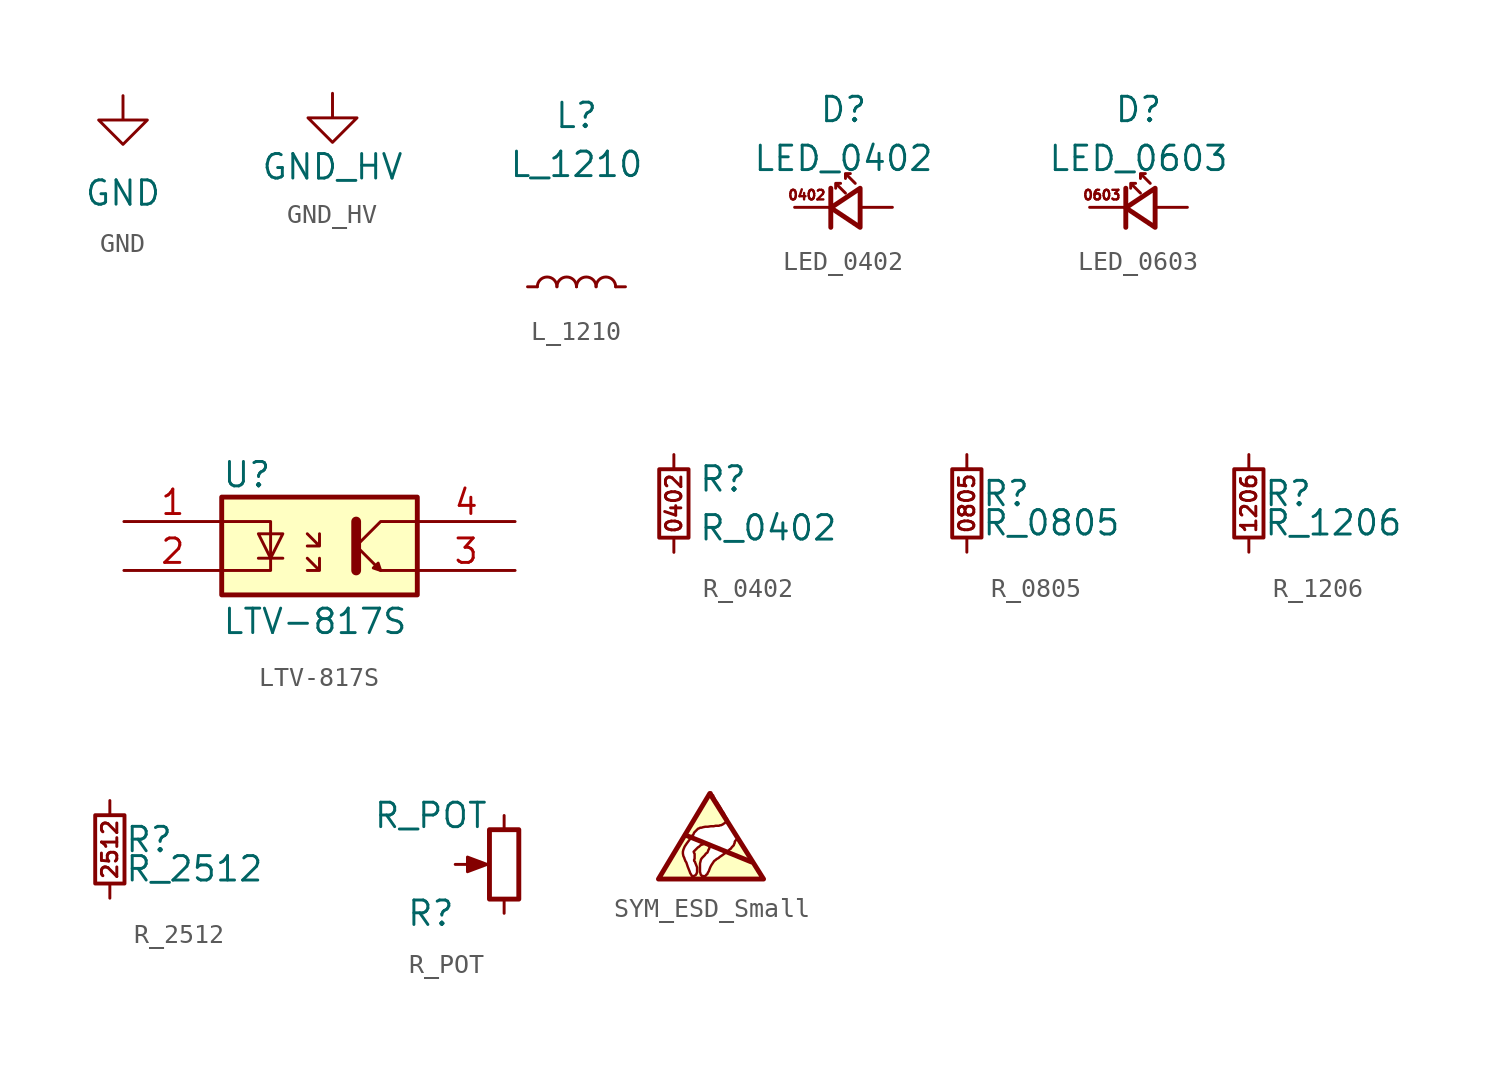
<source format=kicad_sym>
(kicad_symbol_lib
  (version 20220914)
  (generator kicad_symbol_editor)
  (symbol "GND"
    (power)
    (pin_numbers hide)
    (pin_names
      (offset 0))
    (property "Reference" "#PWR"
      (at 2.54 -2.54 90)
      (effects (font (size 1.27 1.27)) hide))
    (property "Value" "GND"
      (at 0 -5.08 0)
      (effects (font (size 1.27 1.27))))
    (symbol "GND_1_1"
      (polyline (pts (xy 0 0) (xy 0 -1.27) (xy 1.27 -1.27) (xy 0 -2.54) (xy -1.27 -1.27) (xy 0 -1.27)) (stroke (width 0) (type default)) (fill (type none)))
      (pin power_in line (at 0 0 90) (length 0) hide (name "GND" (effects (font (size 1.27 1.27)))) (number "1" (effects (font (size 1.27 1.27)))))))
  (symbol "GND_HV"
    (power)
    (pin_numbers hide)
    (pin_names
      (offset 0))
    (property "Reference" "#PWR"
      (at 2.54 -2.54 90)
      (effects (font (size 1.27 1.27)) hide))
    (property "Value" "GND_HV"
      (at 0 -3.81 0)
      (effects (font (size 1.27 1.27))))
    (symbol "GND_HV_1_1"
      (polyline (pts (xy 0 0) (xy 0 -1.27) (xy 1.27 -1.27) (xy 0 -2.54) (xy -1.27 -1.27) (xy 0 -1.27)) (stroke (width 0) (type default)) (fill (type none)))
      (pin power_in line (at 0 0 90) (length 0) hide (name "GND_HV" (effects (font (size 1.27 1.27)))) (number "1" (effects (font (size 1.27 1.27)))))))
  (symbol "L_1210"
    (pin_numbers hide)
    (pin_names
      (offset 1.016) hide)
    (property "Reference" "L"
      (at 0 8.89 0)
      (effects (font (size 1.27 1.27))))
    (property "Value" "L_1210"
      (at 0 6.35 0)
      (effects (font (size 1.27 1.27))))
    (property "mouser#" ""
      (at 0 0 0)
      (effects (font (size 1.27 1.27))))
    (symbol "L_1210_1_1"
      (arc (start -1.016 0) (mid -1.524 0.5058) (end -2.032 0) (stroke (width 0) (type default)) (fill (type none)))
      (arc (start 0 0) (mid -0.508 0.5058) (end -1.016 0) (stroke (width 0) (type default)) (fill (type none)))
      (arc (start 1.016 0) (mid 0.508 0.5058) (end 0 0) (stroke (width 0) (type default)) (fill (type none)))
      (arc (start 2.032 0) (mid 1.524 0.5058) (end 1.016 0) (stroke (width 0) (type default)) (fill (type none)))
      (pin passive line (at -2.54 0 0) (length 0.508) (name "~" (effects (font (size 1.27 1.27)))) (number "1" (effects (font (size 1.27 1.27)))))
      (pin passive line (at 2.54 0 180) (length 0.508) (name "~" (effects (font (size 1.27 1.27)))) (number "2" (effects (font (size 1.27 1.27)))))))
  (symbol "LED_0402"
    (pin_numbers hide)
    (pin_names
      (offset 1.016) hide)
    (property "Reference" "D"
      (at 0 5.08 0)
      (effects (font (size 1.27 1.27))))
    (property "Value" "LED_0402"
      (at 0 2.54 0)
      (effects (font (size 1.27 1.27))))
    (symbol "LED_0402_0_0"
      (text "0402" (at -1.905 0.635 0) (effects (font (size 0.5 0.5)))))
    (symbol "LED_0402_1_1"
      (polyline (pts (xy -0.66 -1.041) (xy -0.66 0.991)) (stroke (width 0.254) (type default)) (fill (type none)))
      (polyline (pts (xy 0.864 -1.041) (xy -0.66 -0.025) (xy 0.864 0.991) (xy 0.864 -1.041)) (stroke (width 0.254) (type default)) (fill (type none)))
      (polyline (pts (xy 0.102 0.737) (xy -0.406 1.245) (xy -0.152 1.245) (xy -0.406 1.245) (xy -0.406 0.991)) (stroke (width 0) (type default)) (fill (type none)))
      (polyline (pts (xy 0.61 1.245) (xy 0.102 1.753) (xy 0.356 1.753) (xy 0.102 1.753) (xy 0.102 1.499)) (stroke (width 0) (type default)) (fill (type none)))
      (pin passive line (at 2.54 0 180) (length 1.6) (name "A" (effects (font (size 1.27 1.27)))) (number "A" (effects (font (size 1.27 1.27)))))
      (pin passive line (at -2.54 0 0) (length 1.778) (name "C" (effects (font (size 1.27 1.27)))) (number "C" (effects (font (size 1.27 1.27)))))))
  (symbol "LED_0603"
    (pin_numbers hide)
    (pin_names
      (offset 1.016) hide)
    (property "Reference" "D"
      (at 0 5.08 0)
      (effects (font (size 1.27 1.27))))
    (property "Value" "LED_0603"
      (at 0 2.54 0)
      (effects (font (size 1.27 1.27))))
    (symbol "LED_0603_0_0"
      (text "0603" (at -1.905 0.635 0) (effects (font (size 0.5 0.5)))))
    (symbol "LED_0603_1_1"
      (polyline (pts (xy -0.66 -1.041) (xy -0.66 0.991)) (stroke (width 0.254) (type default)) (fill (type none)))
      (polyline (pts (xy 0.864 -1.041) (xy -0.66 -0.025) (xy 0.864 0.991) (xy 0.864 -1.041)) (stroke (width 0.254) (type default)) (fill (type none)))
      (polyline (pts (xy 0.102 0.737) (xy -0.406 1.245) (xy -0.152 1.245) (xy -0.406 1.245) (xy -0.406 0.991)) (stroke (width 0) (type default)) (fill (type none)))
      (polyline (pts (xy 0.61 1.245) (xy 0.102 1.753) (xy 0.356 1.753) (xy 0.102 1.753) (xy 0.102 1.499)) (stroke (width 0) (type default)) (fill (type none)))
      (pin passive line (at 2.54 0 180) (length 1.6) (name "A" (effects (font (size 1.27 1.27)))) (number "A" (effects (font (size 1.27 1.27)))))
      (pin passive line (at -2.54 0 0) (length 1.778) (name "C" (effects (font (size 1.27 1.27)))) (number "C" (effects (font (size 1.27 1.27)))))))
  (symbol "LTV-817S"
    (property "Reference" "U"
      (at -5.08 4.445 0)
      (effects (font (size 1.27 1.27)) (justify left top)))
    (property "Value" "LTV-817S"
      (at -5.08 -3.175 0)
      (effects (font (size 1.27 1.27)) (justify left top)))
    (symbol "LTV-817S_0_1"
      (polyline (pts (xy -3.175 -0.635) (xy -1.905 -0.635)) (stroke (width 0) (type default)) (fill (type none)))
      (polyline (pts (xy 1.905 1.27) (xy 1.905 0) (xy 1.905 -1.27)) (stroke (width 0.508) (type default)) (fill (type none)))
      (polyline (pts (xy -5.08 1.27) (xy -2.54 1.27) (xy -2.54 -1.27) (xy -5.08 -1.27)) (stroke (width 0) (type default)) (fill (type none)))
      (polyline (pts (xy -2.54 -0.635) (xy -3.175 0.635) (xy -1.905 0.635) (xy -2.54 -0.635)) (stroke (width 0) (type default)) (fill (type none)))
      (polyline (pts (xy 3.175 -1.27) (xy 3.048 -0.889) (xy 2.794 -1.143) (xy 3.175 -1.27)) (stroke (width 0) (type default)) (fill (type none)))
      (polyline (pts (xy -0.635 -0.635) (xy 0 -1.27) (xy 0 -0.635) (xy 0 -1.27) (xy -0.635 -1.27)) (stroke (width 0) (type default)) (fill (type none)))
      (polyline (pts (xy -0.635 0.635) (xy 0 0) (xy 0 0.635) (xy 0 0) (xy -0.635 0)) (stroke (width 0) (type default)) (fill (type none)))
      (polyline (pts (xy 5.08 -1.27) (xy 3.175 -1.27) (xy 1.905 0) (xy 3.175 1.27) (xy 5.08 1.27)) (stroke (width 0) (type default)) (fill (type none))))
    (symbol "LTV-817S_1_1"
      (rectangle (start -5.08 2.54) (end 5.08 -2.54) (stroke (width 0.254) (type default)) (fill (type background)))
      (pin passive line (at -10.16 1.27 0) (length 5.08) (name "" (effects (font (size 1.27 1.27)))) (number "1" (effects (font (size 1.27 1.27)))))
      (pin passive line (at -10.16 -1.27 0) (length 5.08) (name "" (effects (font (size 1.27 1.27)))) (number "2" (effects (font (size 1.27 1.27)))))
      (pin passive line (at 10.16 -1.27 180) (length 5.08) (name "" (effects (font (size 1.27 1.27)))) (number "3" (effects (font (size 1.27 1.27)))))
      (pin passive line (at 10.16 1.27 180) (length 5.08) (name "" (effects (font (size 1.27 1.27)))) (number "4" (effects (font (size 1.27 1.27)))))))
  (symbol "R_0402"
    (pin_numbers hide)
    (pin_names
      (offset 0.254) hide)
    (property "Reference" "R"
      (at 1.27 1.27 0)
      (effects (font (size 1.27 1.27)) (justify left)))
    (property "Value" "R_0402"
      (at 1.27 -1.27 0)
      (effects (font (size 1.27 1.27)) (justify left)))
    (symbol "R_0402_0_0"
      (text "0402" (at 0 0 900) (effects (font (size 0.8 0.8)))))
    (symbol "R_0402_0_1"
      (rectangle (start -0.762 1.778) (end 0.762 -1.778) (stroke (width 0.203) (type default)) (fill (type none))))
    (symbol "R_0402_1_1"
      (pin passive line (at 0 2.54 270) (length 0.762) (name "~" (effects (font (size 1.27 1.27)))) (number "1" (effects (font (size 1.27 1.27)))))
      (pin passive line (at 0 -2.54 90) (length 0.762) (name "~" (effects (font (size 1.27 1.27)))) (number "2" (effects (font (size 1.27 1.27)))))))
  (symbol "R_0805"
    (pin_numbers hide)
    (pin_names
      (offset 0.254) hide)
    (property "Reference" "R"
      (at 0.762 0.508 0)
      (effects (font (size 1.27 1.27)) (justify left)))
    (property "Value" "R_0805"
      (at 0.762 -1.016 0)
      (effects (font (size 1.27 1.27)) (justify left)))
    (symbol "R_0805_0_0"
      (text "0805" (at 0 0 900) (effects (font (size 0.8 0.8)))))
    (symbol "R_0805_0_1"
      (rectangle (start -0.762 1.778) (end 0.762 -1.778) (stroke (width 0.203) (type default)) (fill (type none))))
    (symbol "R_0805_1_1"
      (pin passive line (at 0 2.54 270) (length 0.762) (name "~" (effects (font (size 1.27 1.27)))) (number "1" (effects (font (size 1.27 1.27)))))
      (pin passive line (at 0 -2.54 90) (length 0.762) (name "~" (effects (font (size 1.27 1.27)))) (number "2" (effects (font (size 1.27 1.27)))))))
  (symbol "R_1206"
    (pin_numbers hide)
    (pin_names
      (offset 0.254) hide)
    (property "Reference" "R"
      (at 0.762 0.508 0)
      (effects (font (size 1.27 1.27)) (justify left)))
    (property "Value" "R_1206"
      (at 0.762 -1.016 0)
      (effects (font (size 1.27 1.27)) (justify left)))
    (symbol "R_1206_0_1"
      (rectangle (start -0.762 1.778) (end 0.762 -1.778) (stroke (width 0.203) (type default)) (fill (type none))))
    (symbol "R_1206_1_0"
      (text "1206" (at 0 0 900) (effects (font (size 0.8 0.8)))))
    (symbol "R_1206_1_1"
      (pin passive line (at 0 2.54 270) (length 0.762) (name "~" (effects (font (size 1.27 1.27)))) (number "1" (effects (font (size 1.27 1.27)))))
      (pin passive line (at 0 -2.54 90) (length 0.762) (name "~" (effects (font (size 1.27 1.27)))) (number "2" (effects (font (size 1.27 1.27)))))))
  (symbol "R_2512"
    (pin_numbers hide)
    (pin_names
      (offset 0.254) hide)
    (property "Reference" "R"
      (at 0.762 0.508 0)
      (effects (font (size 1.27 1.27)) (justify left)))
    (property "Value" "R_2512"
      (at 0.762 -1.016 0)
      (effects (font (size 1.27 1.27)) (justify left)))
    (symbol "R_2512_0_1"
      (rectangle (start -0.762 1.778) (end 0.762 -1.778) (stroke (width 0.203) (type default)) (fill (type none))))
    (symbol "R_2512_1_0"
      (text "2512" (at 0 0 900) (effects (font (size 0.8 0.8)))))
    (symbol "R_2512_1_1"
      (pin passive line (at 0 2.54 270) (length 0.762) (name "~" (effects (font (size 1.27 1.27)))) (number "1" (effects (font (size 1.27 1.27)))))
      (pin passive line (at 0 -2.54 90) (length 0.762) (name "~" (effects (font (size 1.27 1.27)))) (number "2" (effects (font (size 1.27 1.27)))))))
  (symbol "R_POT"
    (pin_numbers hide)
    (pin_names
      (offset 1.016) hide)
    (property "Reference" "R"
      (at -3.81 -2.54 0)
      (effects (font (size 1.27 1.27))))
    (property "Value" "R_POT"
      (at -3.81 2.54 0)
      (effects (font (size 1.27 1.27))))
    (symbol "R_POT_1_1"
      (rectangle (start -0.762 1.803) (end 0.762 -1.803) (stroke (width 0.254) (type default)) (fill (type none)))
      (polyline (pts (xy -1.143 0) (xy -0.889 0) (xy -1.905 0.381) (xy -1.905 -0.381) (xy -0.889 0) (xy -1.143 0)) (stroke (width 0) (type default)) (fill (type outline)))
      (pin passive line (at 0 2.54 270) (length 0.635) (name "1" (effects (font (size 0.635 0.635)))) (number "1" (effects (font (size 0.635 0.635)))))
      (pin passive line (at -2.54 0 0) (length 0.991) (name "2" (effects (font (size 0.635 0.635)))) (number "2" (effects (font (size 0.635 0.635)))))
      (pin passive line (at 0 -2.54 90) (length 0.635) (name "3" (effects (font (size 0.635 0.635)))) (number "3" (effects (font (size 0.635 0.635)))))))
  (symbol "SYM_ESD_Small"
    (pin_names
      (offset 1.016))
    (property "Reference" "SYM"
      (at 0 3.556 0)
      (effects (font (size 1.27 1.27)) hide))
    (symbol "SYM_ESD_Small_0_0"
      (polyline (pts (xy -1.27 0.381) (xy 2.159 -1.016)) (stroke (width 0.254) (type default)) (fill (type none)))
      (polyline (pts (xy -2.667 -1.905) (xy 2.794 -1.905) (xy 0 2.54) (xy -2.667 -1.905)) (stroke (width 0.254) (type default)) (fill (type none)))
      (polyline (pts (xy 2.743 -1.905) (xy 2.718 -1.88) (xy 2.616 -1.676) (xy 2.565 -1.6) (xy 2.489 -1.499) (xy 2.438 -1.372) (xy 1.753 -0.229) (xy 1.702 -0.127) (xy 1.626 -0.051) (xy 1.6 0.051) (xy 1.549 0.102) (xy 1.499 0.203) (xy 1.473 0.229) (xy 1.473 0.203) (xy 1.448 0.203) (xy 1.321 0.076) (xy 1.295 0.025) (xy 1.295 -0.025) (xy 1.27 -0.076) (xy 1.245 -0.152) (xy 1.143 -0.254) (xy 1.092 -0.33) (xy 1.041 -0.356) (xy 0.914 -0.483) (xy 0.762 -0.584) (xy 0.66 -0.66) (xy 0.508 -0.762) (xy 0.457 -0.813) (xy 0.356 -0.864) (xy 0.305 -0.914) (xy 0.229 -0.965) (xy 0.076 -1.194) (xy 0.025 -1.295) (xy -0.025 -1.422) (xy -0.051 -1.499) (xy -0.102 -1.575) (xy -0.127 -1.651) (xy -0.178 -1.676) (xy -0.203 -1.727) (xy -0.254 -1.753) (xy -0.406 -1.753) (xy -0.406 -1.727) (xy -0.457 -1.702) (xy -0.483 -1.626) (xy -0.508 -1.524) (xy -0.508 -1.092) (xy -0.457 -0.889) (xy -0.406 -0.813) (xy -0.254 -0.66) (xy -0.203 -0.584) (xy -0.127 -0.533) (xy -0.102 -0.483) (xy -0.076 -0.406) (xy -0.051 -0.356) (xy -0.025 -0.33) (xy -0.025 -0.279) (xy 0 -0.229) (xy -0.076 -0.152) (xy -0.127 -0.127) (xy -0.152 -0.076) (xy -0.203 -0.051) (xy -0.229 -0.025) (xy -0.254 -0.025) (xy -0.305 -0.076) (xy -0.356 -0.102) (xy -0.432 -0.127) (xy -0.483 -0.152) (xy -0.559 -0.229) (xy -0.61 -0.254) (xy -0.838 -0.483) (xy -0.813 -0.559) (xy -0.787 -0.584) (xy -0.787 -0.864) (xy -0.813 -0.889) (xy -0.813 -0.965) (xy -0.762 -1.016) (xy -0.762 -1.041) (xy -0.66 -1.295) (xy -0.66 -1.575) (xy -0.686 -1.6) (xy -0.686 -1.626) (xy -0.737 -1.702) (xy -0.838 -1.753) (xy -0.914 -1.753) (xy -0.94 -1.727) (xy -0.965 -1.676) (xy -1.016 -1.6) (xy -1.041 -1.524) (xy -1.143 -1.27) (xy -1.219 -1.041) (xy -1.27 -0.965) (xy -1.295 -0.889) (xy -1.321 -0.838) (xy -1.321 -0.813) (xy -1.372 -0.711) (xy -1.397 -0.584) (xy -1.397 -0.483) (xy -1.372 -0.381) (xy -1.321 -0.254) (xy -1.295 -0.203) (xy -1.194 -0.051) (xy -1.041 0.152) (xy -0.991 0.203) (xy -0.965 0.254) (xy -0.914 0.33) (xy -0.889 0.381) (xy -0.864 0.381) (xy -0.813 0.508) (xy -0.61 0.711) (xy -0.533 0.737) (xy -0.508 0.762) (xy -0.432 0.762) (xy -0.356 0.787) (xy -0.229 0.813) (xy -0.102 0.813) (xy 0.051 0.838) (xy 0.203 0.838) (xy 0.305 0.864) (xy 0.483 0.864) (xy 0.533 0.889) (xy 0.584 0.889) (xy 0.686 0.94) (xy 0.711 0.965) (xy 0.762 0.991) (xy 0.813 1.041) (xy 0.864 1.067) (xy 0.889 1.118) (xy 0.914 1.143) (xy 0.914 1.194) (xy 0.889 1.219) (xy 0.864 1.27) (xy 0.813 1.346) (xy 0.711 1.549) (xy 0.635 1.651) (xy 0.584 1.753) (xy 0.508 1.88) (xy 0.457 1.956) (xy 0.381 2.083) (xy 0.305 2.184) (xy 0.254 2.286) (xy 0.203 2.362) (xy 0.178 2.438) (xy 0.102 2.515) (xy 0.102 2.54) (xy 0.076 2.565) (xy 0.076 2.591) (xy 0.025 2.591) (xy 0.025 2.565) (xy -0.025 2.515) (xy -0.102 2.362) (xy -0.254 2.134) (xy -0.305 2.032) (xy -0.457 1.778) (xy -0.559 1.626) (xy -0.762 1.27) (xy -0.889 1.067) (xy -1.016 0.838) (xy -1.168 0.61) (xy -1.321 0.33) (xy -1.397 0.203) (xy -1.524 -0.025) (xy -1.778 -0.432) (xy -1.88 -0.635) (xy -2.007 -0.813) (xy -2.108 -0.991) (xy -2.21 -1.143) (xy -2.286 -1.295) (xy -2.438 -1.549) (xy -2.489 -1.651) (xy -2.565 -1.753) (xy -2.591 -1.829) (xy -2.616 -1.88) (xy -2.642 -1.905) (xy -2.642 -1.93) (xy 2.743 -1.93) (xy 2.743 -1.905)) (stroke (width 0.127) (type default)) (fill (type background))))))
</source>
